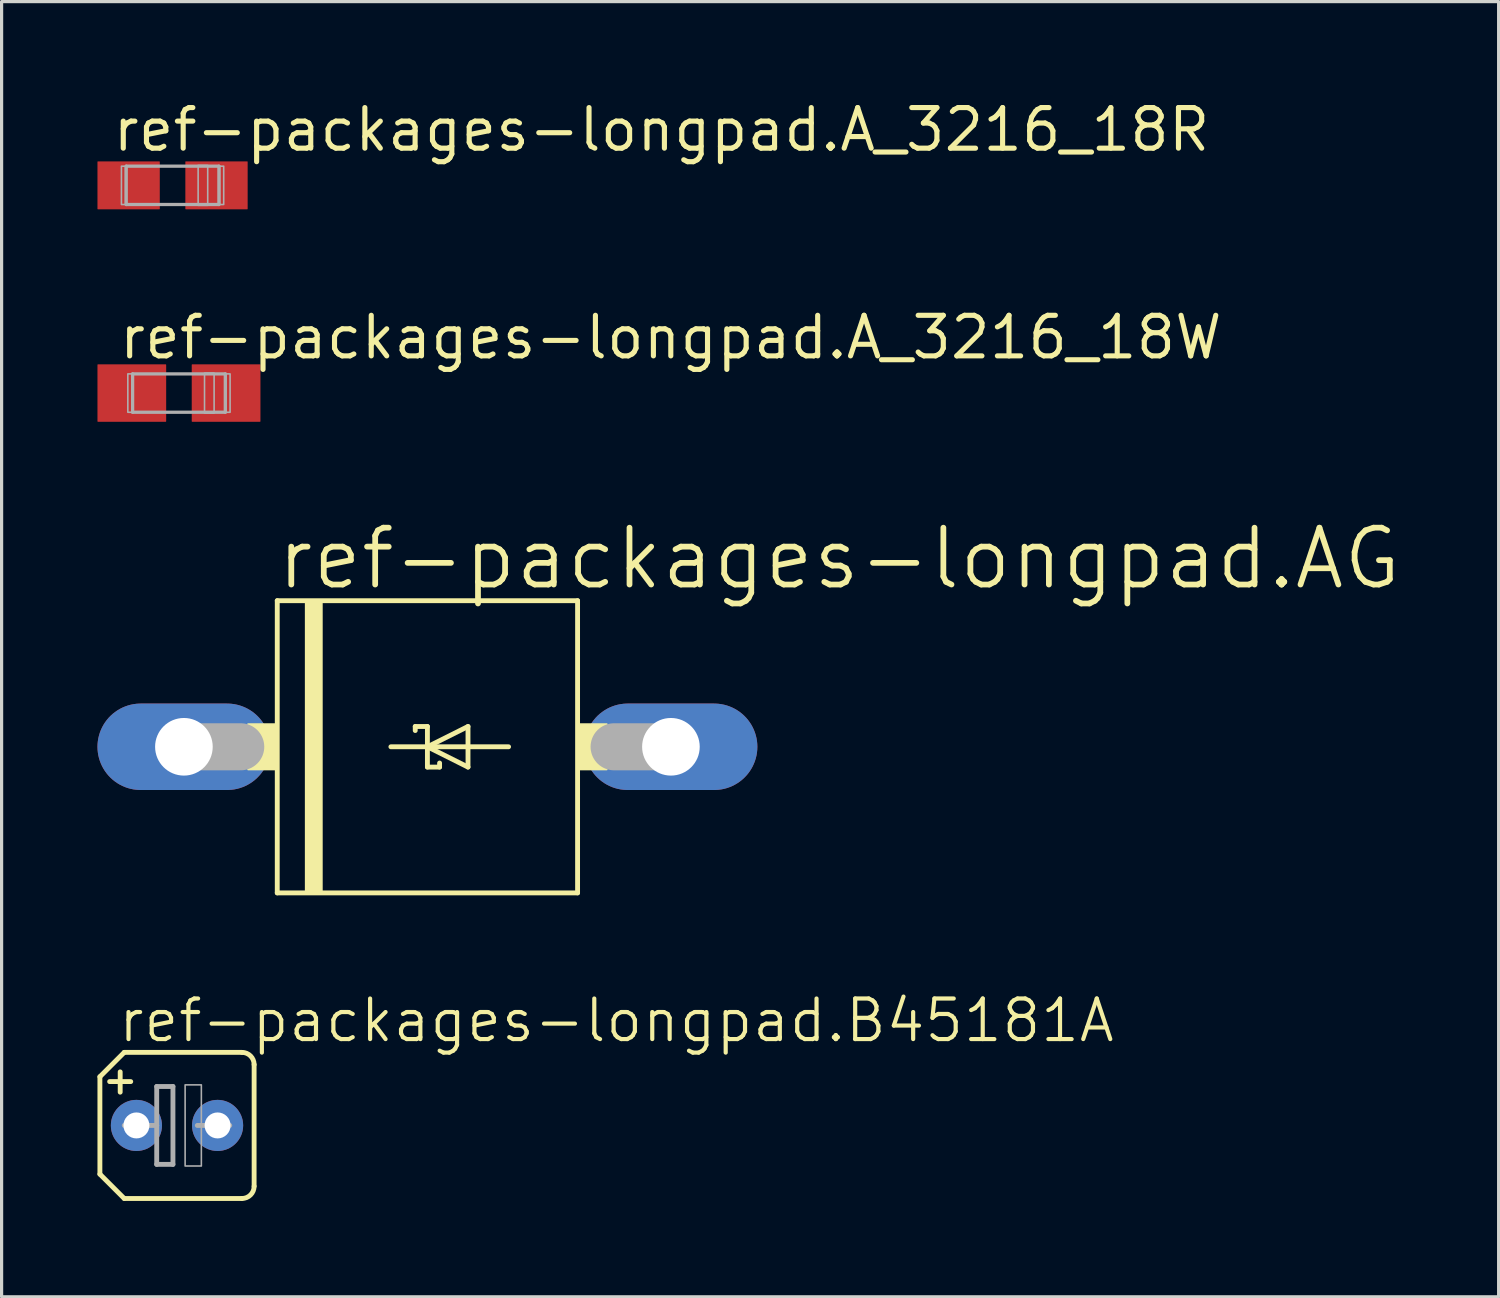
<source format=kicad_pcb>
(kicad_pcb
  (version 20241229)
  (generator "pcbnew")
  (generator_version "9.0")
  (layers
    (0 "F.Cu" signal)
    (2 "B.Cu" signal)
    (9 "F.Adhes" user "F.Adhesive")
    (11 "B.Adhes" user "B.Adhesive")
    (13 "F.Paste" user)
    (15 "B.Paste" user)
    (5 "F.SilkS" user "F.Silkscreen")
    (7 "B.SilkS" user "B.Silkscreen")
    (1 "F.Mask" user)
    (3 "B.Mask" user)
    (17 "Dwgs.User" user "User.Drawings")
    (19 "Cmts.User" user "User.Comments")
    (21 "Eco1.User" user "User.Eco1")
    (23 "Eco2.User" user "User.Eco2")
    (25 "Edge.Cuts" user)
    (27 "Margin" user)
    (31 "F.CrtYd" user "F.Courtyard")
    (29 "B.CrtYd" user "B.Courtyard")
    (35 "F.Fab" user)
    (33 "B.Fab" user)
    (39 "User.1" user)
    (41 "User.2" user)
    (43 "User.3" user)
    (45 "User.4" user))
  (footprint "ref-packages-longpad.B45181A"
    (layer "F.Cu")
    (at 2.489 32.168)
    (property "Reference" "ref-packages-longpad.B45181A" (at -1.905 -2.54 0) (layer "F.SilkS") (effects (font (size 1.27 1.27) (thickness 0.13)) (justify left bottom)))
    (attr through_hole)
    (fp_line (start -2.413 -1.524) (end -2.413 1.524) (stroke (width 0.152) (type default)) (layer "F.SilkS"))
    (fp_line (start -2.413 -1.524) (end -1.651 -2.286) (stroke (width 0.152) (type default)) (layer "F.SilkS"))
    (fp_line (start -1.778 -1.676) (end -1.778 -1.041) (stroke (width 0.152) (type default)) (layer "F.SilkS"))
    (fp_line (start -1.651 2.286) (end -2.413 1.524) (stroke (width 0.152) (type default)) (layer "F.SilkS"))
    (fp_line (start -1.651 2.286) (end 2.032 2.286) (stroke (width 0.152) (type default)) (layer "F.SilkS"))
    (fp_line (start -1.448 -1.372) (end -2.108 -1.372) (stroke (width 0.152) (type default)) (layer "F.SilkS"))
    (fp_line (start 2.032 -2.286) (end -1.651 -2.286) (stroke (width 0.152) (type default)) (layer "F.SilkS"))
    (fp_line (start 2.413 -1.905) (end 2.413 1.905) (stroke (width 0.152) (type default)) (layer "F.SilkS"))
    (fp_arc (start 2.032 -2.286) (mid 2.301408 -2.174408) (end 2.413 -1.905) (stroke (width 0.1524) (type default)) (layer "F.SilkS"))
    (fp_arc (start 2.413 1.905) (mid 2.301408 2.174408) (end 2.032 2.286) (stroke (width 0.1524) (type default)) (layer "F.SilkS"))
    (fp_line (start -1.651 0) (end -0.635 0) (stroke (width 0.152) (type default)) (layer "F.Fab"))
    (fp_line (start -0.635 -1.219) (end -0.635 0) (stroke (width 0.152) (type default)) (layer "F.Fab"))
    (fp_line (start -0.635 0) (end -0.635 1.219) (stroke (width 0.152) (type default)) (layer "F.Fab"))
    (fp_line (start -0.635 1.219) (end -0.127 1.219) (stroke (width 0.152) (type default)) (layer "F.Fab"))
    (fp_line (start -0.127 -1.219) (end -0.635 -1.219) (stroke (width 0.152) (type default)) (layer "F.Fab"))
    (fp_line (start -0.127 1.219) (end -0.127 -1.219) (stroke (width 0.152) (type default)) (layer "F.Fab"))
    (fp_line (start 0.635 0) (end 1.651 0) (stroke (width 0.152) (type default)) (layer "F.Fab"))
    (fp_rect (start 0.254 1.27) (end 0.762 -1.27) (stroke (width 0.05) (type default)) (fill no) (layer "F.Fab"))
    (pad "+" thru_hole circle (at -1.27 0) (size 1.6 1.6) (drill 0.813) (layers "*.Cu" "*.Mask"))
    (pad "-" thru_hole circle (at 1.27 0) (size 1.6 1.6) (drill 0.813) (layers "*.Cu" "*.Mask")))
  (footprint "ref-packages-longpad.AG"
    (layer "F.Cu")
    (at 10.325 20.319)
    (property "Reference" "ref-packages-longpad.AG" (at -4.801 -4.851 0) (layer "F.SilkS") (effects (font (size 1.778 1.778) (thickness 0.18)) (justify left bottom)))
    (attr through_hole)
    (fp_line (start -4.699 -4.572) (end 4.699 -4.572) (stroke (width 0.152) (type default)) (layer "F.SilkS"))
    (fp_line (start -4.699 4.572) (end -4.699 -4.572) (stroke (width 0.152) (type default)) (layer "F.SilkS"))
    (fp_line (start -1.143 0) (end 0 0) (stroke (width 0.152) (type default)) (layer "F.SilkS"))
    (fp_line (start -0.381 -0.635) (end 0 -0.635) (stroke (width 0.152) (type default)) (layer "F.SilkS"))
    (fp_line (start -0.381 -0.508) (end -0.381 -0.635) (stroke (width 0.152) (type default)) (layer "F.SilkS"))
    (fp_line (start 0 -0.635) (end 0 0) (stroke (width 0.152) (type default)) (layer "F.SilkS"))
    (fp_line (start 0 0) (end 1.27 -0.635) (stroke (width 0.152) (type default)) (layer "F.SilkS"))
    (fp_line (start 0 0) (end 2.54 0) (stroke (width 0.152) (type default)) (layer "F.SilkS"))
    (fp_line (start 0 0.635) (end 0 0) (stroke (width 0.152) (type default)) (layer "F.SilkS"))
    (fp_line (start 0.381 0.508) (end 0.381 0.635) (stroke (width 0.152) (type default)) (layer "F.SilkS"))
    (fp_line (start 0.381 0.635) (end 0 0.635) (stroke (width 0.152) (type default)) (layer "F.SilkS"))
    (fp_line (start 1.27 -0.635) (end 1.27 0.635) (stroke (width 0.152) (type default)) (layer "F.SilkS"))
    (fp_line (start 1.27 0.635) (end 0 0) (stroke (width 0.152) (type default)) (layer "F.SilkS"))
    (fp_line (start 4.699 -4.572) (end 4.699 4.572) (stroke (width 0.152) (type default)) (layer "F.SilkS"))
    (fp_line (start 4.699 4.572) (end -4.699 4.572) (stroke (width 0.152) (type default)) (layer "F.SilkS"))
    (fp_rect (start -5.613 0.711) (end -4.699 -0.711) (stroke (width 0.05) (type default)) (fill yes) (layer "F.SilkS"))
    (fp_rect (start -3.81 4.572) (end -3.302 -4.572) (stroke (width 0.05) (type default)) (fill yes) (layer "F.SilkS"))
    (fp_rect (start 4.699 0.711) (end 5.613 -0.711) (stroke (width 0.05) (type default)) (fill yes) (layer "F.SilkS"))
    (fp_line (start -7.62 0) (end -5.842 0) (stroke (width 1.473) (type default)) (layer "F.Fab"))
    (fp_line (start 7.62 0) (end 5.842 0) (stroke (width 1.473) (type default)) (layer "F.Fab"))
    (pad "A" thru_hole oval (at 7.62 0) (size 5.41 2.705) (drill 1.803) (layers "*.Cu" "*.Mask"))
    (pad "C" thru_hole oval (at -7.62 0) (size 5.41 2.705) (drill 1.803) (layers "*.Cu" "*.Mask")))
  (footprint "ref-packages-longpad.A_3216_18W"
    (layer "F.Cu")
    (at 2.55 9.25)
    (property "Reference" "ref-packages-longpad.A_3216_18W" (at -1.95 -1 0) (layer "F.SilkS") (effects (font (size 1.27 1.27) (thickness 0.16)) (justify left bottom)))
    (attr smd)
    (fp_line (start -1.45 -0.6) (end 1.45 -0.6) (stroke (width 0.102) (type default)) (layer "F.Fab"))
    (fp_line (start -1.45 0.6) (end -1.45 -0.6) (stroke (width 0.102) (type default)) (layer "F.Fab"))
    (fp_line (start 1.45 -0.6) (end 1.45 0.6) (stroke (width 0.102) (type default)) (layer "F.Fab"))
    (fp_line (start 1.45 0.6) (end -1.45 0.6) (stroke (width 0.102) (type default)) (layer "F.Fab"))
    (fp_rect (start -1.6 0.6) (end -1.475 -0.6) (stroke (width 0.05) (type default)) (fill no) (layer "F.Fab"))
    (fp_rect (start 0.8 0.625) (end 1.1 -0.625) (stroke (width 0.05) (type default)) (fill no) (layer "F.Fab"))
    (fp_rect (start 1.475 0.6) (end 1.6 -0.6) (stroke (width 0.05) (type default)) (fill no) (layer "F.Fab"))
    (pad "+" smd roundrect (at 1.475 0) (size 2.15 1.8) (layers "F.Cu" "F.Mask" "F.Paste") (roundrect_rratio 0.01))
    (pad "-" smd roundrect (at -1.475 0) (size 2.15 1.8) (layers "F.Cu" "F.Mask" "F.Paste") (roundrect_rratio 0.01)))
  (footprint "ref-packages-longpad.A_3216_18R"
    (layer "F.Cu")
    (at 2.35 2.75)
    (property "Reference" "ref-packages-longpad.A_3216_18R" (at -1.95 -1 0) (layer "F.SilkS") (effects (font (size 1.27 1.27) (thickness 0.16)) (justify left bottom)))
    (attr smd)
    (fp_line (start -1.45 -0.6) (end 1.45 -0.6) (stroke (width 0.102) (type default)) (layer "F.Fab"))
    (fp_line (start -1.45 0.6) (end -1.45 -0.6) (stroke (width 0.102) (type default)) (layer "F.Fab"))
    (fp_line (start 1.45 -0.6) (end 1.45 0.6) (stroke (width 0.102) (type default)) (layer "F.Fab"))
    (fp_line (start 1.45 0.6) (end -1.45 0.6) (stroke (width 0.102) (type default)) (layer "F.Fab"))
    (fp_rect (start -1.6 0.6) (end -1.475 -0.6) (stroke (width 0.05) (type default)) (fill no) (layer "F.Fab"))
    (fp_rect (start 0.8 0.625) (end 1.1 -0.625) (stroke (width 0.05) (type default)) (fill no) (layer "F.Fab"))
    (fp_rect (start 1.475 0.6) (end 1.6 -0.6) (stroke (width 0.05) (type default)) (fill no) (layer "F.Fab"))
    (pad "+" smd roundrect (at 1.375 0) (size 1.95 1.5) (layers "F.Cu" "F.Mask" "F.Paste") (roundrect_rratio 0.01))
    (pad "-" smd roundrect (at -1.375 0) (size 1.95 1.5) (layers "F.Cu" "F.Mask" "F.Paste") (roundrect_rratio 0.01)))
  (gr_rect
    (start -3 -3)
    (end 43.846 37.53)
    (stroke (width 0.1) (type default))
    (fill no)
    (layer "Edge.Cuts")))
</source>
